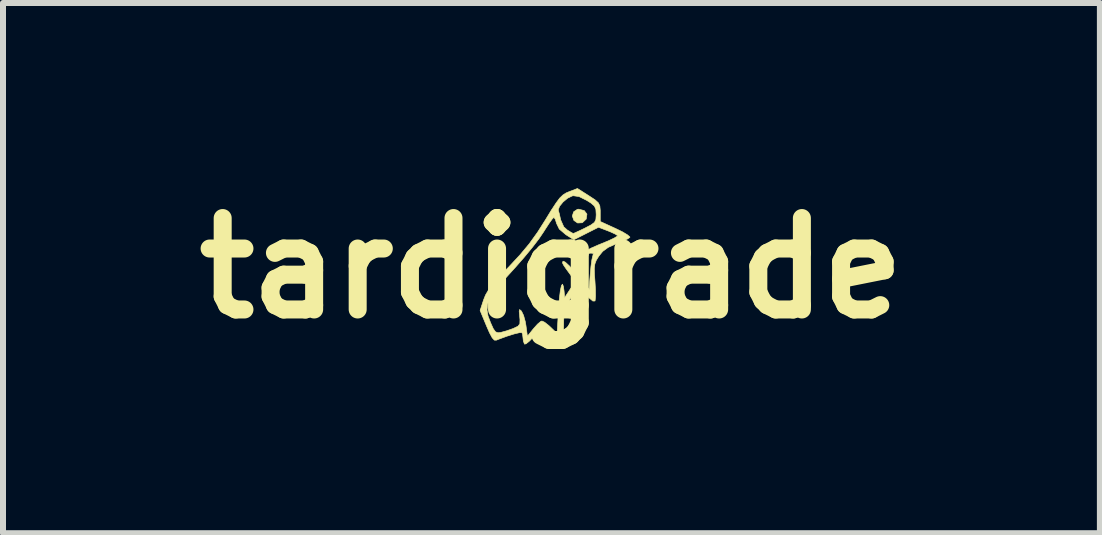
<source format=kicad_pcb>
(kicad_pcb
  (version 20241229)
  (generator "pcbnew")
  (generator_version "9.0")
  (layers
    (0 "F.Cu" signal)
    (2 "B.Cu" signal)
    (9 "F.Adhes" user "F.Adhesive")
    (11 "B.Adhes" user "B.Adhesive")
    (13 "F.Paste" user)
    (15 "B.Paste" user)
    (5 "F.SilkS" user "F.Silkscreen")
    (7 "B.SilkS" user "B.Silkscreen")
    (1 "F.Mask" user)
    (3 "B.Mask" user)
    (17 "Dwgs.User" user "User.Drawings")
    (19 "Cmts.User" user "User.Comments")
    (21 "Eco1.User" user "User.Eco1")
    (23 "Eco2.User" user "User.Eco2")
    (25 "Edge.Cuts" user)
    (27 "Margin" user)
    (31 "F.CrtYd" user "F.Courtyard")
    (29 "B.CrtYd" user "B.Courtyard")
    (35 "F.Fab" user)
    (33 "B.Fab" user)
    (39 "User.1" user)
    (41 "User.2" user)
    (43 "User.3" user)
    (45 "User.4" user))
  (footprint "tardigrade"
    (layer "F.Cu")
    (at 6.14 1.418)
    (property "Reference" "tardigrade" (at 0 0 0) (layer "F.SilkS") (effects (font (size 1.524 1.524) (thickness 0.3))))
    (attr through_hole)
    (fp_poly (pts (xy 0.546 -0.959) (xy 0.591 -0.9) (xy 0.579 -0.819) (xy 0.577 -0.815) (xy 0.514 -0.756) (xy 0.435 -0.752) (xy 0.374 -0.794) (xy 0.347 -0.868) (xy 0.37 -0.939) (xy 0.432 -0.98) (xy 0.455 -0.982) (xy 0.546 -0.959)) (stroke (width 0.01) (type solid)) (fill yes) (layer "F.SilkS"))
    (fp_poly (pts (xy 0.623 -1.206) (xy 0.725 -1.139) (xy 0.781 -1.088) (xy 0.806 -1.036) (xy 0.813 -0.962) (xy 0.813 -0.931) (xy 0.813 -0.777) (xy 1.069 -0.66) (xy 1.184 -0.604) (xy 1.267 -0.554) (xy 1.306 -0.52) (xy 1.307 -0.513) (xy 1.268 -0.486) (xy 1.183 -0.447) (xy 1.081 -0.406) (xy 0.946 -0.346) (xy 0.854 -0.279) (xy 0.788 -0.198) (xy 0.746 -0.129) (xy 0.723 -0.068) (xy 0.714 0.007) (xy 0.717 0.114) (xy 0.725 0.221) (xy 0.733 0.357) (xy 0.734 0.468) (xy 0.728 0.537) (xy 0.725 0.548) (xy 0.69 0.549) (xy 0.624 0.494) (xy 0.577 0.442) (xy 0.454 0.298) (xy 0.329 0.487) (xy 0.265 0.587) (xy 0.228 0.667) (xy 0.21 0.752) (xy 0.204 0.867) (xy 0.203 0.948) (xy 0.199 1.096) (xy 0.186 1.188) (xy 0.167 1.219) (xy 0.122 1.199) (xy 0.045 1.147) (xy -0.016 1.1) (xy -0.161 0.981) (xy -0.292 1.136) (xy -0.365 1.214) (xy -0.423 1.261) (xy -0.449 1.267) (xy -0.469 1.216) (xy -0.474 1.168) (xy -0.482 1.101) (xy -0.494 1.075) (xy -0.534 1.076) (xy -0.622 1.097) (xy -0.74 1.134) (xy -0.874 1.183) (xy -0.919 1.201) (xy -0.952 1.2) (xy -0.988 1.161) (xy -1.033 1.077) (xy -1.082 0.965) (xy -1.189 0.707) (xy -1.186 0.696) (xy -1.074 0.696) (xy -1.057 0.798) (xy -1.015 0.909) (xy -0.969 1.011) (xy -0.932 1.062) (xy -0.891 1.077) (xy -0.843 1.071) (xy -0.745 1.044) (xy -0.637 1.006) (xy -0.631 1.003) (xy -0.558 0.968) (xy -0.527 0.928) (xy -0.525 0.857) (xy -0.53 0.807) (xy -0.538 0.72) (xy -0.532 0.69) (xy -0.509 0.707) (xy -0.498 0.72) (xy -0.465 0.788) (xy -0.436 0.893) (xy -0.425 0.957) (xy -0.401 1.135) (xy -0.299 1.008) (xy -0.232 0.933) (xy -0.177 0.887) (xy -0.159 0.881) (xy -0.114 0.902) (xy -0.044 0.957) (xy -0.014 0.985) (xy 0.094 1.089) (xy 0.118 0.68) (xy 0.132 0.502) (xy 0.148 0.371) (xy 0.166 0.291) (xy 0.183 0.267) (xy 0.198 0.302) (xy 0.21 0.381) (xy 0.22 0.491) (xy 0.398 0.22) (xy 0.326 0.124) (xy 0.246 0.015) (xy 0.201 -0.051) (xy 0.183 -0.088) (xy 0.187 -0.107) (xy 0.198 -0.115) (xy 0.231 -0.099) (xy 0.295 -0.04) (xy 0.379 0.051) (xy 0.428 0.11) (xy 0.627 0.356) (xy 0.646 0.102) (xy 0.658 -0.029) (xy 0.673 -0.139) (xy 0.688 -0.204) (xy 0.69 -0.207) (xy 0.697 -0.245) (xy 0.657 -0.25) (xy 0.628 -0.246) (xy 0.555 -0.238) (xy 0.538 -0.253) (xy 0.573 -0.285) (xy 0.655 -0.331) (xy 0.777 -0.385) (xy 0.829 -0.406) (xy 0.953 -0.457) (xy 1.047 -0.502) (xy 1.097 -0.533) (xy 1.101 -0.541) (xy 1.063 -0.567) (xy 0.983 -0.604) (xy 0.935 -0.623) (xy 0.784 -0.681) (xy 0.578 -0.577) (xy 0.373 -0.473) (xy 0.24 -0.557) (xy 0.13 -0.651) (xy 0.085 -0.744) (xy 0.063 -0.815) (xy 0.04 -0.846) (xy 0.04 -0.846) (xy 0.013 -0.819) (xy -0.039 -0.747) (xy -0.106 -0.644) (xy -0.133 -0.601) (xy -0.211 -0.486) (xy -0.323 -0.34) (xy -0.457 -0.178) (xy -0.599 -0.016) (xy -0.648 0.038) (xy -0.816 0.223) (xy -0.938 0.371) (xy -1.019 0.493) (xy -1.063 0.598) (xy -1.074 0.696) (xy -1.186 0.696) (xy -1.132 0.531) (xy -1.1 0.45) (xy -1.053 0.369) (xy -0.983 0.275) (xy -0.88 0.158) (xy -0.738 0.007) (xy -0.714 -0.017) (xy -0.525 -0.22) (xy -0.37 -0.406) (xy -0.231 -0.599) (xy -0.101 -0.804) (xy 0.001 -0.971) (xy 0.002 -0.972) (xy 0.113 -0.972) (xy 0.115 -0.961) (xy 0.132 -0.901) (xy 0.152 -0.81) (xy 0.153 -0.805) (xy 0.205 -0.688) (xy 0.265 -0.634) (xy 0.33 -0.594) (xy 0.363 -0.577) (xy 0.363 -0.577) (xy 0.395 -0.59) (xy 0.471 -0.625) (xy 0.558 -0.667) (xy 0.661 -0.721) (xy 0.717 -0.763) (xy 0.74 -0.811) (xy 0.745 -0.884) (xy 0.745 -0.896) (xy 0.74 -0.979) (xy 0.715 -1.035) (xy 0.655 -1.086) (xy 0.587 -1.129) (xy 0.46 -1.192) (xy 0.365 -1.206) (xy 0.347 -1.203) (xy 0.27 -1.166) (xy 0.193 -1.102) (xy 0.135 -1.031) (xy 0.113 -0.972) (xy 0.002 -0.972) (xy 0.078 -1.088) (xy 0.138 -1.168) (xy 0.191 -1.219) (xy 0.244 -1.253) (xy 0.292 -1.273) (xy 0.433 -1.327) (xy 0.623 -1.206)) (stroke (width 0.01) (type solid)) (fill yes) (layer "F.SilkS")))
  (gr_rect
    (start -3 -3)
    (end 15.279 5.836)
    (stroke (width 0.1) (type default))
    (fill no)
    (layer "Edge.Cuts")))
</source>
